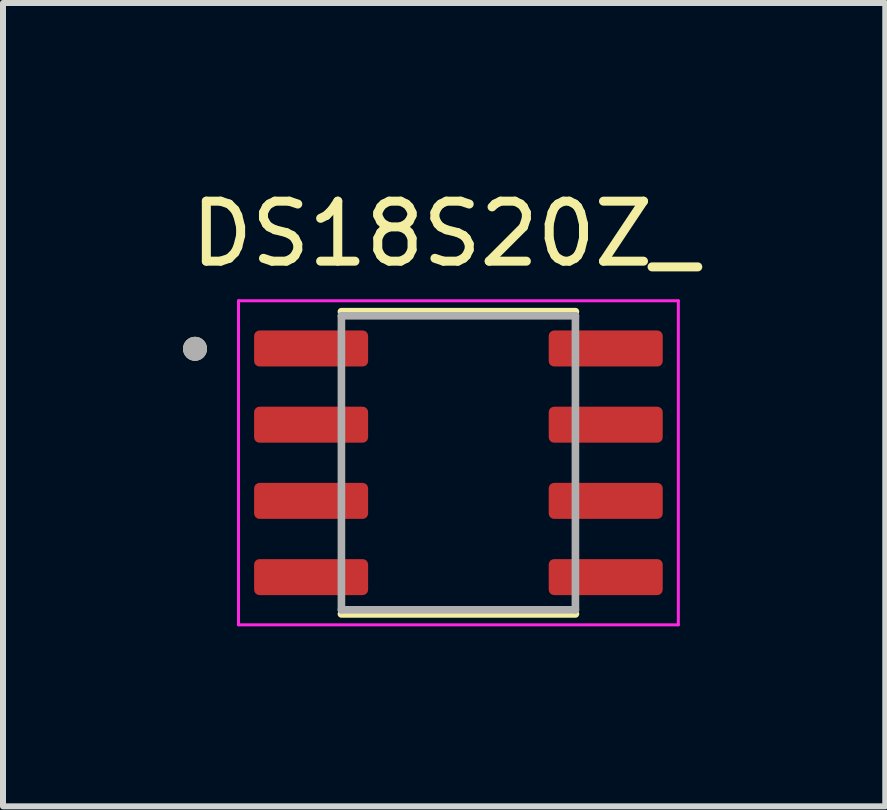
<source format=kicad_pcb>
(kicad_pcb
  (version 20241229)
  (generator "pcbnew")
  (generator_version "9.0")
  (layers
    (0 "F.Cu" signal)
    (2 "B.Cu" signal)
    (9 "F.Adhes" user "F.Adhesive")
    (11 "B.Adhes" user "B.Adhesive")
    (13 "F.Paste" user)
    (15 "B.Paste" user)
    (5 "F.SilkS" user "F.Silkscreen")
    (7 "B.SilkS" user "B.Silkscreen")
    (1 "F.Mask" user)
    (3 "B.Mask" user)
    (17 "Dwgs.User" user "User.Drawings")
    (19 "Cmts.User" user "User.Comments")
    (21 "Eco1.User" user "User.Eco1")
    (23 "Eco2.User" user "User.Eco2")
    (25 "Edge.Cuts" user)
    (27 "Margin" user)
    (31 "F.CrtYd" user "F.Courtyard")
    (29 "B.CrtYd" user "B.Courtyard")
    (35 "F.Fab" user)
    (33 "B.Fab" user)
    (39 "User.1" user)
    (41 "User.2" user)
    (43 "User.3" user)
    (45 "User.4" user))
  (footprint "DS18S20Z_"
    (layer "F.Cu")
    (at 4.59 4.663)
    (property "Reference" "DS18S20Z_" (at -0.225 -3.815 0) (layer "F.SilkS") (effects (font (size 1 1) (thickness 0.15))))
    (attr through_hole)
    (fp_line (start -1.95 -2.519) (end 1.95 -2.519) (stroke (width 0.127) (type solid)) (layer "F.SilkS"))
    (fp_line (start 1.95 2.519) (end -1.95 2.519) (stroke (width 0.127) (type solid)) (layer "F.SilkS"))
    (fp_circle (center -4.39 -1.9) (end -4.29 -1.9) (stroke (width 0.2) (type solid)) (fill no) (layer "F.SilkS"))
    (fp_line (start -3.665 -2.7) (end 3.665 -2.7) (stroke (width 0.05) (type solid)) (layer "F.CrtYd"))
    (fp_line (start -3.665 2.7) (end -3.665 -2.7) (stroke (width 0.05) (type solid)) (layer "F.CrtYd"))
    (fp_line (start 3.665 -2.7) (end 3.665 2.7) (stroke (width 0.05) (type solid)) (layer "F.CrtYd"))
    (fp_line (start 3.665 2.7) (end -3.665 2.7) (stroke (width 0.05) (type solid)) (layer "F.CrtYd"))
    (fp_line (start -1.95 -2.45) (end -1.95 2.45) (stroke (width 0.127) (type solid)) (layer "F.Fab"))
    (fp_line (start -1.95 2.45) (end 1.95 2.45) (stroke (width 0.127) (type solid)) (layer "F.Fab"))
    (fp_line (start 1.95 -2.45) (end -1.95 -2.45) (stroke (width 0.127) (type solid)) (layer "F.Fab"))
    (fp_line (start 1.95 2.45) (end 1.95 -2.45) (stroke (width 0.127) (type solid)) (layer "F.Fab"))
    (fp_circle (center -4.39 -1.9) (end -4.29 -1.9) (stroke (width 0.2) (type solid)) (fill no) (layer "F.Fab"))
    (pad "1" smd roundrect (at -2.455 -1.905) (size 1.9 0.6) (layers "F.Cu" "F.Mask" "F.Paste") (roundrect_rratio 0.15))
    (pad "2" smd roundrect (at -2.455 -0.635) (size 1.9 0.6) (layers "F.Cu" "F.Mask" "F.Paste") (roundrect_rratio 0.15))
    (pad "3" smd roundrect (at -2.455 0.635) (size 1.9 0.6) (layers "F.Cu" "F.Mask" "F.Paste") (roundrect_rratio 0.15))
    (pad "4" smd roundrect (at -2.455 1.905) (size 1.9 0.6) (layers "F.Cu" "F.Mask" "F.Paste") (roundrect_rratio 0.15))
    (pad "5" smd roundrect (at 2.455 1.905) (size 1.9 0.6) (layers "F.Cu" "F.Mask" "F.Paste") (roundrect_rratio 0.15))
    (pad "6" smd roundrect (at 2.455 0.635) (size 1.9 0.6) (layers "F.Cu" "F.Mask" "F.Paste") (roundrect_rratio 0.15))
    (pad "7" smd roundrect (at 2.455 -0.635) (size 1.9 0.6) (layers "F.Cu" "F.Mask" "F.Paste") (roundrect_rratio 0.15))
    (pad "8" smd roundrect (at 2.455 -1.905) (size 1.9 0.6) (layers "F.Cu" "F.Mask" "F.Paste") (roundrect_rratio 0.15)))
  (gr_rect
    (start -3 -3)
    (end 11.704 10.388)
    (stroke (width 0.1) (type default))
    (fill no)
    (layer "Edge.Cuts")))
</source>
